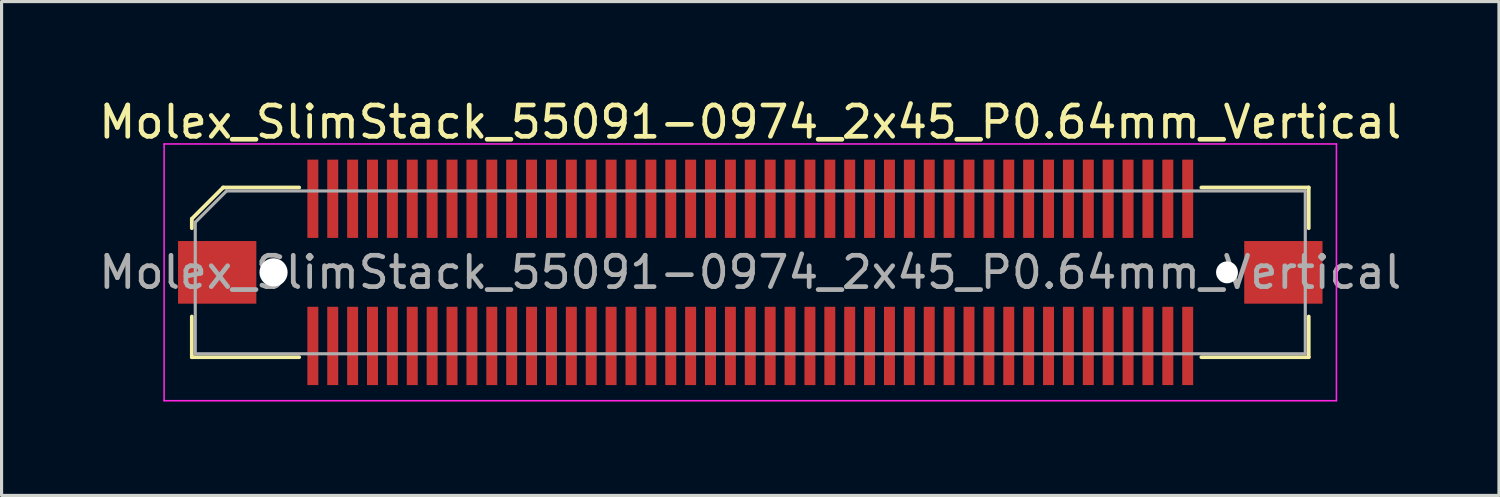
<source format=kicad_pcb>
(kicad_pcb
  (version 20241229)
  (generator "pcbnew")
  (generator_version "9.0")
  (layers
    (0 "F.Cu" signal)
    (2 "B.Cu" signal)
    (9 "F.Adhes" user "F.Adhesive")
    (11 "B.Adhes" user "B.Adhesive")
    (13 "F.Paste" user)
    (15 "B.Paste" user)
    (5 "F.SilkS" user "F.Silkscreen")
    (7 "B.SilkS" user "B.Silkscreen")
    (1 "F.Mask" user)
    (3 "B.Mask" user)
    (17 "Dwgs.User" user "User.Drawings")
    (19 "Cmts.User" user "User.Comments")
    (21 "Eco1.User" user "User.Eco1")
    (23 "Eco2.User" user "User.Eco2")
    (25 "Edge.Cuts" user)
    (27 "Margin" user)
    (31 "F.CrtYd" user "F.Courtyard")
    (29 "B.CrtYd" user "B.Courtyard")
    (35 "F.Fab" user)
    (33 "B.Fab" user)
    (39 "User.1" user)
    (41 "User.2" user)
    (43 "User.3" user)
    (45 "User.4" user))
  (footprint "Molex_SlimStack_55091-0974_2x45_P0.64mm_Vertical"
    (layer "F.Cu")
    (at 20.911 5.648)
    (property "Reference" "Molex_SlimStack_55091-0974_2x45_P0.64mm_Vertical" (at 0 -4.8 0) (layer "F.SilkS") (effects (font (size 1 1) (thickness 0.15))))
    (attr smd)
    (fp_line (start -17.835 -1.71) (end -16.835 -2.71) (stroke (width 0.12) (type solid)) (layer "F.SilkS"))
    (fp_line (start -17.835 -1.41) (end -17.835 -1.71) (stroke (width 0.12) (type solid)) (layer "F.SilkS"))
    (fp_line (start -17.835 2.71) (end -17.835 1.41) (stroke (width 0.12) (type solid)) (layer "F.SilkS"))
    (fp_line (start -16.835 -2.71) (end -14.405 -2.71) (stroke (width 0.12) (type solid)) (layer "F.SilkS"))
    (fp_line (start -14.405 2.71) (end -17.835 2.71) (stroke (width 0.12) (type solid)) (layer "F.SilkS"))
    (fp_line (start 14.405 2.71) (end 17.835 2.71) (stroke (width 0.12) (type solid)) (layer "F.SilkS"))
    (fp_line (start 17.835 -2.71) (end 14.405 -2.71) (stroke (width 0.12) (type solid)) (layer "F.SilkS"))
    (fp_line (start 17.835 -1.41) (end 17.835 -2.71) (stroke (width 0.12) (type solid)) (layer "F.SilkS"))
    (fp_line (start 17.835 2.71) (end 17.835 1.41) (stroke (width 0.12) (type solid)) (layer "F.SilkS"))
    (fp_line (start -18.72 -4.1) (end -18.72 4.1) (stroke (width 0.05) (type solid)) (layer "F.CrtYd"))
    (fp_line (start -18.72 4.1) (end 18.72 4.1) (stroke (width 0.05) (type solid)) (layer "F.CrtYd"))
    (fp_line (start 18.72 -4.1) (end -18.72 -4.1) (stroke (width 0.05) (type solid)) (layer "F.CrtYd"))
    (fp_line (start 18.72 4.1) (end 18.72 -4.1) (stroke (width 0.05) (type solid)) (layer "F.CrtYd"))
    (fp_line (start -17.725 -1.6) (end -16.725 -2.6) (stroke (width 0.1) (type solid)) (layer "F.Fab"))
    (fp_line (start -17.725 2.6) (end -17.725 -1.6) (stroke (width 0.1) (type solid)) (layer "F.Fab"))
    (fp_line (start -16.725 -2.6) (end 17.725 -2.6) (stroke (width 0.1) (type solid)) (layer "F.Fab"))
    (fp_line (start 17.725 -2.6) (end 17.725 2.6) (stroke (width 0.1) (type solid)) (layer "F.Fab"))
    (fp_line (start 17.725 2.6) (end -17.725 2.6) (stroke (width 0.1) (type solid)) (layer "F.Fab"))
    (fp_text user "${REFERENCE}" (at 0 0 0) (layer "F.Fab") (effects (font (size 1 1) (thickness 0.15))))
    (pad "" np_thru_hole circle (at -15.225 0) (size 0.9 0.9) (drill 0.9) (layers "*.Cu" "*.Mask"))
    (pad "" np_thru_hole circle (at 15.225 0) (size 0.7 0.7) (drill 0.7) (layers "*.Cu" "*.Mask"))
    (pad "1" smd rect (at -13.97 -2.35) (size 0.35 2.5) (layers "F.Cu" "F.Mask" "F.Paste"))
    (pad "2" smd rect (at -13.97 2.35) (size 0.35 2.5) (layers "F.Cu" "F.Mask" "F.Paste"))
    (pad "3" smd rect (at -13.335 -2.35) (size 0.35 2.5) (layers "F.Cu" "F.Mask" "F.Paste"))
    (pad "4" smd rect (at -13.335 2.35) (size 0.35 2.5) (layers "F.Cu" "F.Mask" "F.Paste"))
    (pad "5" smd rect (at -12.7 -2.35) (size 0.35 2.5) (layers "F.Cu" "F.Mask" "F.Paste"))
    (pad "6" smd rect (at -12.7 2.35) (size 0.35 2.5) (layers "F.Cu" "F.Mask" "F.Paste"))
    (pad "7" smd rect (at -12.065 -2.35) (size 0.35 2.5) (layers "F.Cu" "F.Mask" "F.Paste"))
    (pad "8" smd rect (at -12.065 2.35) (size 0.35 2.5) (layers "F.Cu" "F.Mask" "F.Paste"))
    (pad "9" smd rect (at -11.43 -2.35) (size 0.35 2.5) (layers "F.Cu" "F.Mask" "F.Paste"))
    (pad "10" smd rect (at -11.43 2.35) (size 0.35 2.5) (layers "F.Cu" "F.Mask" "F.Paste"))
    (pad "11" smd rect (at -10.795 -2.35) (size 0.35 2.5) (layers "F.Cu" "F.Mask" "F.Paste"))
    (pad "12" smd rect (at -10.795 2.35) (size 0.35 2.5) (layers "F.Cu" "F.Mask" "F.Paste"))
    (pad "13" smd rect (at -10.16 -2.35) (size 0.35 2.5) (layers "F.Cu" "F.Mask" "F.Paste"))
    (pad "14" smd rect (at -10.16 2.35) (size 0.35 2.5) (layers "F.Cu" "F.Mask" "F.Paste"))
    (pad "15" smd rect (at -9.525 -2.35) (size 0.35 2.5) (layers "F.Cu" "F.Mask" "F.Paste"))
    (pad "16" smd rect (at -9.525 2.35) (size 0.35 2.5) (layers "F.Cu" "F.Mask" "F.Paste"))
    (pad "17" smd rect (at -8.89 -2.35) (size 0.35 2.5) (layers "F.Cu" "F.Mask" "F.Paste"))
    (pad "18" smd rect (at -8.89 2.35) (size 0.35 2.5) (layers "F.Cu" "F.Mask" "F.Paste"))
    (pad "19" smd rect (at -8.255 -2.35) (size 0.35 2.5) (layers "F.Cu" "F.Mask" "F.Paste"))
    (pad "20" smd rect (at -8.255 2.35) (size 0.35 2.5) (layers "F.Cu" "F.Mask" "F.Paste"))
    (pad "21" smd rect (at -7.62 -2.35) (size 0.35 2.5) (layers "F.Cu" "F.Mask" "F.Paste"))
    (pad "22" smd rect (at -7.62 2.35) (size 0.35 2.5) (layers "F.Cu" "F.Mask" "F.Paste"))
    (pad "23" smd rect (at -6.985 -2.35) (size 0.35 2.5) (layers "F.Cu" "F.Mask" "F.Paste"))
    (pad "24" smd rect (at -6.985 2.35) (size 0.35 2.5) (layers "F.Cu" "F.Mask" "F.Paste"))
    (pad "25" smd rect (at -6.35 -2.35) (size 0.35 2.5) (layers "F.Cu" "F.Mask" "F.Paste"))
    (pad "26" smd rect (at -6.35 2.35) (size 0.35 2.5) (layers "F.Cu" "F.Mask" "F.Paste"))
    (pad "27" smd rect (at -5.715 -2.35) (size 0.35 2.5) (layers "F.Cu" "F.Mask" "F.Paste"))
    (pad "28" smd rect (at -5.715 2.35) (size 0.35 2.5) (layers "F.Cu" "F.Mask" "F.Paste"))
    (pad "29" smd rect (at -5.08 -2.35) (size 0.35 2.5) (layers "F.Cu" "F.Mask" "F.Paste"))
    (pad "30" smd rect (at -5.08 2.35) (size 0.35 2.5) (layers "F.Cu" "F.Mask" "F.Paste"))
    (pad "31" smd rect (at -4.445 -2.35) (size 0.35 2.5) (layers "F.Cu" "F.Mask" "F.Paste"))
    (pad "32" smd rect (at -4.445 2.35) (size 0.35 2.5) (layers "F.Cu" "F.Mask" "F.Paste"))
    (pad "33" smd rect (at -3.81 -2.35) (size 0.35 2.5) (layers "F.Cu" "F.Mask" "F.Paste"))
    (pad "34" smd rect (at -3.81 2.35) (size 0.35 2.5) (layers "F.Cu" "F.Mask" "F.Paste"))
    (pad "35" smd rect (at -3.175 -2.35) (size 0.35 2.5) (layers "F.Cu" "F.Mask" "F.Paste"))
    (pad "36" smd rect (at -3.175 2.35) (size 0.35 2.5) (layers "F.Cu" "F.Mask" "F.Paste"))
    (pad "37" smd rect (at -2.54 -2.35) (size 0.35 2.5) (layers "F.Cu" "F.Mask" "F.Paste"))
    (pad "38" smd rect (at -2.54 2.35) (size 0.35 2.5) (layers "F.Cu" "F.Mask" "F.Paste"))
    (pad "39" smd rect (at -1.905 -2.35) (size 0.35 2.5) (layers "F.Cu" "F.Mask" "F.Paste"))
    (pad "40" smd rect (at -1.905 2.35) (size 0.35 2.5) (layers "F.Cu" "F.Mask" "F.Paste"))
    (pad "41" smd rect (at -1.27 -2.35) (size 0.35 2.5) (layers "F.Cu" "F.Mask" "F.Paste"))
    (pad "42" smd rect (at -1.27 2.35) (size 0.35 2.5) (layers "F.Cu" "F.Mask" "F.Paste"))
    (pad "43" smd rect (at -0.635 -2.35) (size 0.35 2.5) (layers "F.Cu" "F.Mask" "F.Paste"))
    (pad "44" smd rect (at -0.635 2.35) (size 0.35 2.5) (layers "F.Cu" "F.Mask" "F.Paste"))
    (pad "45" smd rect (at 0 -2.35) (size 0.35 2.5) (layers "F.Cu" "F.Mask" "F.Paste"))
    (pad "46" smd rect (at 0 2.35) (size 0.35 2.5) (layers "F.Cu" "F.Mask" "F.Paste"))
    (pad "47" smd rect (at 0.635 -2.35) (size 0.35 2.5) (layers "F.Cu" "F.Mask" "F.Paste"))
    (pad "48" smd rect (at 0.635 2.35) (size 0.35 2.5) (layers "F.Cu" "F.Mask" "F.Paste"))
    (pad "49" smd rect (at 1.27 -2.35) (size 0.35 2.5) (layers "F.Cu" "F.Mask" "F.Paste"))
    (pad "50" smd rect (at 1.27 2.35) (size 0.35 2.5) (layers "F.Cu" "F.Mask" "F.Paste"))
    (pad "51" smd rect (at 1.905 -2.35) (size 0.35 2.5) (layers "F.Cu" "F.Mask" "F.Paste"))
    (pad "52" smd rect (at 1.905 2.35) (size 0.35 2.5) (layers "F.Cu" "F.Mask" "F.Paste"))
    (pad "53" smd rect (at 2.54 -2.35) (size 0.35 2.5) (layers "F.Cu" "F.Mask" "F.Paste"))
    (pad "54" smd rect (at 2.54 2.35) (size 0.35 2.5) (layers "F.Cu" "F.Mask" "F.Paste"))
    (pad "55" smd rect (at 3.175 -2.35) (size 0.35 2.5) (layers "F.Cu" "F.Mask" "F.Paste"))
    (pad "56" smd rect (at 3.175 2.35) (size 0.35 2.5) (layers "F.Cu" "F.Mask" "F.Paste"))
    (pad "57" smd rect (at 3.81 -2.35) (size 0.35 2.5) (layers "F.Cu" "F.Mask" "F.Paste"))
    (pad "58" smd rect (at 3.81 2.35) (size 0.35 2.5) (layers "F.Cu" "F.Mask" "F.Paste"))
    (pad "59" smd rect (at 4.445 -2.35) (size 0.35 2.5) (layers "F.Cu" "F.Mask" "F.Paste"))
    (pad "60" smd rect (at 4.445 2.35) (size 0.35 2.5) (layers "F.Cu" "F.Mask" "F.Paste"))
    (pad "61" smd rect (at 5.08 -2.35) (size 0.35 2.5) (layers "F.Cu" "F.Mask" "F.Paste"))
    (pad "62" smd rect (at 5.08 2.35) (size 0.35 2.5) (layers "F.Cu" "F.Mask" "F.Paste"))
    (pad "63" smd rect (at 5.715 -2.35) (size 0.35 2.5) (layers "F.Cu" "F.Mask" "F.Paste"))
    (pad "64" smd rect (at 5.715 2.35) (size 0.35 2.5) (layers "F.Cu" "F.Mask" "F.Paste"))
    (pad "65" smd rect (at 6.35 -2.35) (size 0.35 2.5) (layers "F.Cu" "F.Mask" "F.Paste"))
    (pad "66" smd rect (at 6.35 2.35) (size 0.35 2.5) (layers "F.Cu" "F.Mask" "F.Paste"))
    (pad "67" smd rect (at 6.985 -2.35) (size 0.35 2.5) (layers "F.Cu" "F.Mask" "F.Paste"))
    (pad "68" smd rect (at 6.985 2.35) (size 0.35 2.5) (layers "F.Cu" "F.Mask" "F.Paste"))
    (pad "69" smd rect (at 7.62 -2.35) (size 0.35 2.5) (layers "F.Cu" "F.Mask" "F.Paste"))
    (pad "70" smd rect (at 7.62 2.35) (size 0.35 2.5) (layers "F.Cu" "F.Mask" "F.Paste"))
    (pad "71" smd rect (at 8.255 -2.35) (size 0.35 2.5) (layers "F.Cu" "F.Mask" "F.Paste"))
    (pad "72" smd rect (at 8.255 2.35) (size 0.35 2.5) (layers "F.Cu" "F.Mask" "F.Paste"))
    (pad "73" smd rect (at 8.89 -2.35) (size 0.35 2.5) (layers "F.Cu" "F.Mask" "F.Paste"))
    (pad "74" smd rect (at 8.89 2.35) (size 0.35 2.5) (layers "F.Cu" "F.Mask" "F.Paste"))
    (pad "75" smd rect (at 9.525 -2.35) (size 0.35 2.5) (layers "F.Cu" "F.Mask" "F.Paste"))
    (pad "76" smd rect (at 9.525 2.35) (size 0.35 2.5) (layers "F.Cu" "F.Mask" "F.Paste"))
    (pad "77" smd rect (at 10.16 -2.35) (size 0.35 2.5) (layers "F.Cu" "F.Mask" "F.Paste"))
    (pad "78" smd rect (at 10.16 2.35) (size 0.35 2.5) (layers "F.Cu" "F.Mask" "F.Paste"))
    (pad "79" smd rect (at 10.795 -2.35) (size 0.35 2.5) (layers "F.Cu" "F.Mask" "F.Paste"))
    (pad "80" smd rect (at 10.795 2.35) (size 0.35 2.5) (layers "F.Cu" "F.Mask" "F.Paste"))
    (pad "81" smd rect (at 11.43 -2.35) (size 0.35 2.5) (layers "F.Cu" "F.Mask" "F.Paste"))
    (pad "82" smd rect (at 11.43 2.35) (size 0.35 2.5) (layers "F.Cu" "F.Mask" "F.Paste"))
    (pad "83" smd rect (at 12.065 -2.35) (size 0.35 2.5) (layers "F.Cu" "F.Mask" "F.Paste"))
    (pad "84" smd rect (at 12.065 2.35) (size 0.35 2.5) (layers "F.Cu" "F.Mask" "F.Paste"))
    (pad "85" smd rect (at 12.7 -2.35) (size 0.35 2.5) (layers "F.Cu" "F.Mask" "F.Paste"))
    (pad "86" smd rect (at 12.7 2.35) (size 0.35 2.5) (layers "F.Cu" "F.Mask" "F.Paste"))
    (pad "87" smd rect (at 13.335 -2.35) (size 0.35 2.5) (layers "F.Cu" "F.Mask" "F.Paste"))
    (pad "88" smd rect (at 13.335 2.35) (size 0.35 2.5) (layers "F.Cu" "F.Mask" "F.Paste"))
    (pad "89" smd rect (at 13.97 -2.35) (size 0.35 2.5) (layers "F.Cu" "F.Mask" "F.Paste"))
    (pad "90" smd rect (at 13.97 2.35) (size 0.35 2.5) (layers "F.Cu" "F.Mask" "F.Paste"))
    (pad "MP" smd rect (at -17.025 0) (size 2.5 2) (layers "F.Cu" "F.Mask" "F.Paste"))
    (pad "MP" smd rect (at 17.025 0) (size 2.5 2) (layers "F.Cu" "F.Mask" "F.Paste")))
  (gr_rect
    (start -3 -3)
    (end 44.821 12.773)
    (stroke (width 0.1) (type default))
    (fill no)
    (layer "Edge.Cuts")))
</source>
